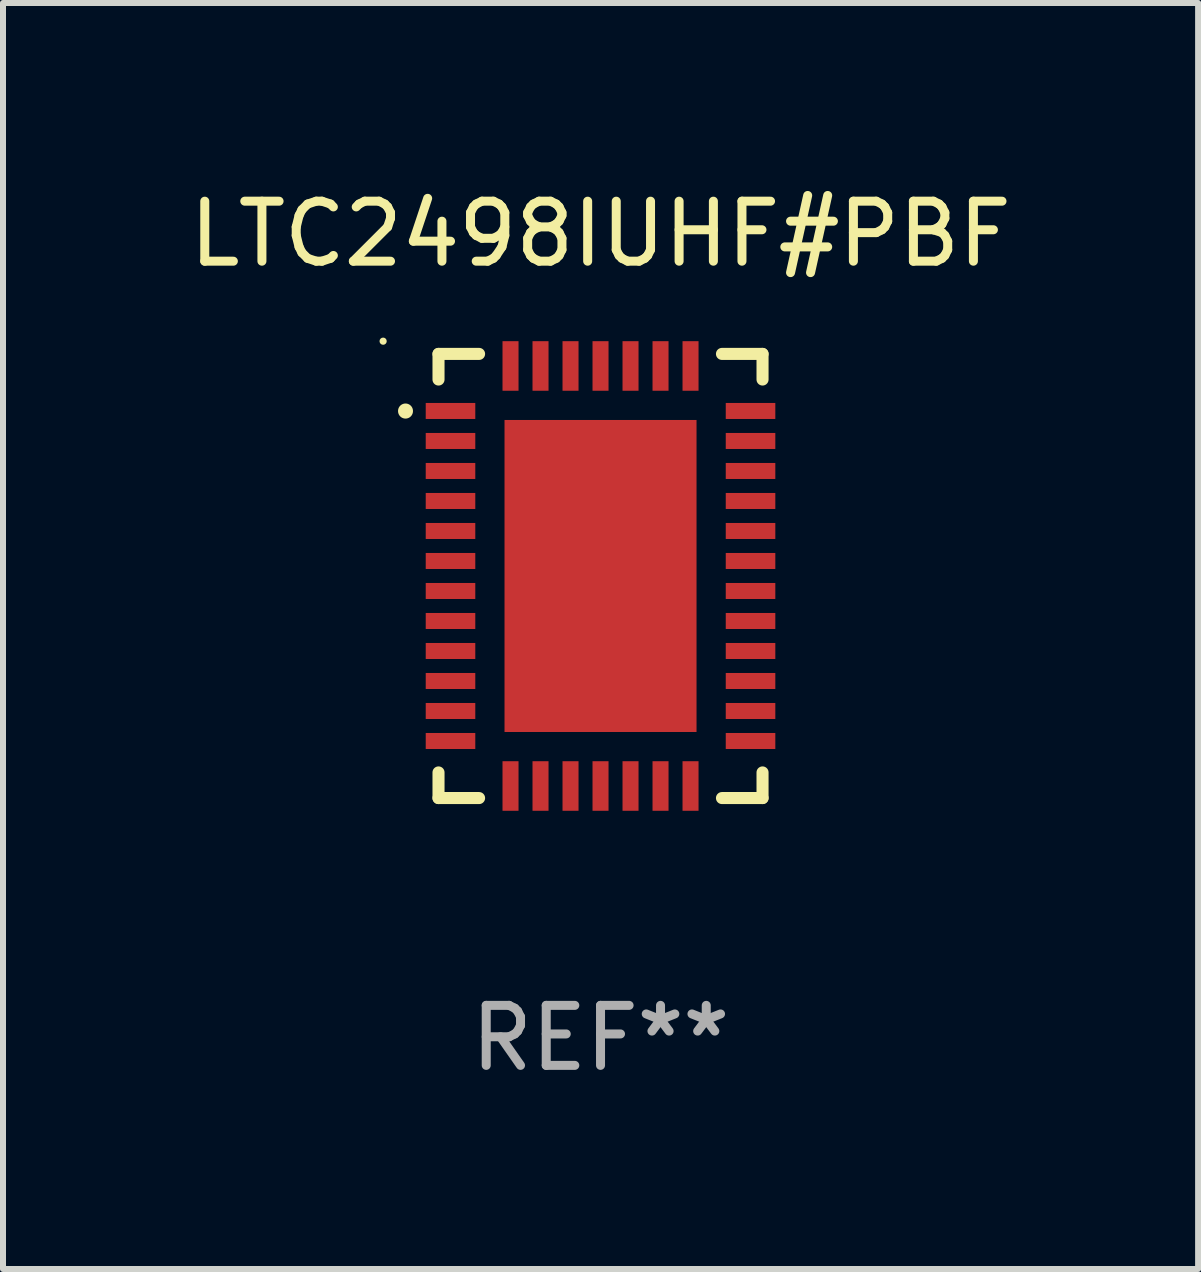
<source format=kicad_pcb>
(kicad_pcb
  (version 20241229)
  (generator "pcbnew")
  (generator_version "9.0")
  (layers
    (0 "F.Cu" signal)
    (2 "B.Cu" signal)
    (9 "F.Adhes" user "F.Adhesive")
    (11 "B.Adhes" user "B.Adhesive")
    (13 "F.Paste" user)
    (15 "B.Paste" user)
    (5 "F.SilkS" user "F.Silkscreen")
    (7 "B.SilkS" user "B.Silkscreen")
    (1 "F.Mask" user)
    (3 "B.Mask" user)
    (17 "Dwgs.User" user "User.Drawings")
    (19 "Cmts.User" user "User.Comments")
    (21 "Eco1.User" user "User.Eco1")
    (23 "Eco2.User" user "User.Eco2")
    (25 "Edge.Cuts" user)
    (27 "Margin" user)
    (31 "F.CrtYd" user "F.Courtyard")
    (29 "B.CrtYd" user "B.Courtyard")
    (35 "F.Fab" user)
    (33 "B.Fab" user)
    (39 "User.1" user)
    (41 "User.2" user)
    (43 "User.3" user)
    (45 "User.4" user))
  (footprint "LTC2498IUHF#PBF"
    (layer "F.Cu")
    (at 6.958 6.549)
    (property "Reference" "LTC2498IUHF#PBF" (at 0 -5.701 0) (layer "F.SilkS") (effects (font (size 1 1) (thickness 0.15))))
    (attr through_hole)
    (fp_line (start -2.7 -3.701) (end -2.024 -3.701) (stroke (width 0.201) (type solid)) (layer "F.SilkS"))
    (fp_line (start -2.7 -3.274) (end -2.7 -3.701) (stroke (width 0.201) (type solid)) (layer "F.SilkS"))
    (fp_line (start -2.7 3.274) (end -2.7 3.701) (stroke (width 0.201) (type solid)) (layer "F.SilkS"))
    (fp_line (start -2.7 3.701) (end -2.024 3.701) (stroke (width 0.201) (type solid)) (layer "F.SilkS"))
    (fp_line (start 2.024 -3.701) (end 2.7 -3.701) (stroke (width 0.201) (type solid)) (layer "F.SilkS"))
    (fp_line (start 2.024 3.701) (end 2.7 3.701) (stroke (width 0.201) (type solid)) (layer "F.SilkS"))
    (fp_line (start 2.7 -3.701) (end 2.7 -3.274) (stroke (width 0.201) (type solid)) (layer "F.SilkS"))
    (fp_line (start 2.7 3.701) (end 2.7 3.274) (stroke (width 0.201) (type solid)) (layer "F.SilkS"))
    (fp_arc (start -3.250013 -2.747473) (mid -3.250019 -2.748743) (end -3.250013 -2.750013) (stroke (width 0.24892) (type solid)) (layer "F.SilkS"))
    (fp_circle (center -3.623 -3.913) (end -3.593 -3.913) (stroke (width 0.06) (type solid)) (fill no) (layer "F.SilkS"))
    (fp_text user "REF**" (at 0 7.701 0) (layer "F.Fab") (effects (font (size 1 1) (thickness 0.15))))
    (pad "1" smd rect (at -2.5 -2.75 90) (size 0.267 0.826) (layers "F.Cu" "F.Mask" "F.Paste"))
    (pad "2" smd rect (at -2.5 -2.25 90) (size 0.267 0.826) (layers "F.Cu" "F.Mask" "F.Paste"))
    (pad "3" smd rect (at -2.5 -1.75 90) (size 0.267 0.826) (layers "F.Cu" "F.Mask" "F.Paste"))
    (pad "4" smd rect (at -2.5 -1.25 90) (size 0.267 0.826) (layers "F.Cu" "F.Mask" "F.Paste"))
    (pad "5" smd rect (at -2.5 -0.75 90) (size 0.267 0.826) (layers "F.Cu" "F.Mask" "F.Paste"))
    (pad "6" smd rect (at -2.5 -0.25 90) (size 0.267 0.826) (layers "F.Cu" "F.Mask" "F.Paste"))
    (pad "7" smd rect (at -2.5 0.25 90) (size 0.267 0.826) (layers "F.Cu" "F.Mask" "F.Paste"))
    (pad "8" smd rect (at -2.5 0.75 90) (size 0.267 0.826) (layers "F.Cu" "F.Mask" "F.Paste"))
    (pad "9" smd rect (at -2.5 1.25 90) (size 0.267 0.826) (layers "F.Cu" "F.Mask" "F.Paste"))
    (pad "10" smd rect (at -2.5 1.75 90) (size 0.267 0.826) (layers "F.Cu" "F.Mask" "F.Paste"))
    (pad "11" smd rect (at -2.5 2.25 90) (size 0.267 0.826) (layers "F.Cu" "F.Mask" "F.Paste"))
    (pad "12" smd rect (at -2.5 2.75 90) (size 0.267 0.826) (layers "F.Cu" "F.Mask" "F.Paste"))
    (pad "13" smd rect (at -1.5 3.5) (size 0.267 0.826) (layers "F.Cu" "F.Mask" "F.Paste"))
    (pad "14" smd rect (at -1 3.5) (size 0.267 0.826) (layers "F.Cu" "F.Mask" "F.Paste"))
    (pad "15" smd rect (at -0.5 3.5) (size 0.267 0.826) (layers "F.Cu" "F.Mask" "F.Paste"))
    (pad "16" smd rect (at 0 3.5) (size 0.267 0.826) (layers "F.Cu" "F.Mask" "F.Paste"))
    (pad "17" smd rect (at 0.5 3.5) (size 0.267 0.826) (layers "F.Cu" "F.Mask" "F.Paste"))
    (pad "18" smd rect (at 1 3.5) (size 0.267 0.826) (layers "F.Cu" "F.Mask" "F.Paste"))
    (pad "19" smd rect (at 1.5 3.5) (size 0.267 0.826) (layers "F.Cu" "F.Mask" "F.Paste"))
    (pad "20" smd rect (at 2.5 2.75 90) (size 0.267 0.826) (layers "F.Cu" "F.Mask" "F.Paste"))
    (pad "21" smd rect (at 2.5 2.25 90) (size 0.267 0.826) (layers "F.Cu" "F.Mask" "F.Paste"))
    (pad "22" smd rect (at 2.5 1.75 90) (size 0.267 0.826) (layers "F.Cu" "F.Mask" "F.Paste"))
    (pad "23" smd rect (at 2.5 1.25 90) (size 0.267 0.826) (layers "F.Cu" "F.Mask" "F.Paste"))
    (pad "24" smd rect (at 2.5 0.75 90) (size 0.267 0.826) (layers "F.Cu" "F.Mask" "F.Paste"))
    (pad "25" smd rect (at 2.5 0.25 90) (size 0.267 0.826) (layers "F.Cu" "F.Mask" "F.Paste"))
    (pad "26" smd rect (at 2.5 -0.25 90) (size 0.267 0.826) (layers "F.Cu" "F.Mask" "F.Paste"))
    (pad "27" smd rect (at 2.5 -0.75 90) (size 0.267 0.826) (layers "F.Cu" "F.Mask" "F.Paste"))
    (pad "28" smd rect (at 2.5 -1.25 90) (size 0.267 0.826) (layers "F.Cu" "F.Mask" "F.Paste"))
    (pad "29" smd rect (at 2.5 -1.75 90) (size 0.267 0.826) (layers "F.Cu" "F.Mask" "F.Paste"))
    (pad "30" smd rect (at 2.5 -2.25 90) (size 0.267 0.826) (layers "F.Cu" "F.Mask" "F.Paste"))
    (pad "31" smd rect (at 2.5 -2.75 90) (size 0.267 0.826) (layers "F.Cu" "F.Mask" "F.Paste"))
    (pad "32" smd rect (at 1.5 -3.5) (size 0.267 0.826) (layers "F.Cu" "F.Mask" "F.Paste"))
    (pad "33" smd rect (at 1 -3.5) (size 0.267 0.826) (layers "F.Cu" "F.Mask" "F.Paste"))
    (pad "34" smd rect (at 0.5 -3.5) (size 0.267 0.826) (layers "F.Cu" "F.Mask" "F.Paste"))
    (pad "35" smd rect (at 0 -3.5) (size 0.267 0.826) (layers "F.Cu" "F.Mask" "F.Paste"))
    (pad "36" smd rect (at -0.5 -3.5) (size 0.267 0.826) (layers "F.Cu" "F.Mask" "F.Paste"))
    (pad "37" smd rect (at -1 -3.5) (size 0.267 0.826) (layers "F.Cu" "F.Mask" "F.Paste"))
    (pad "38" smd rect (at -1.5 -3.5) (size 0.267 0.826) (layers "F.Cu" "F.Mask" "F.Paste"))
    (pad "39" smd rect (at 0 0) (size 3.2 5.2) (layers "F.Cu" "F.Mask" "F.Paste")))
  (gr_rect
    (start -3 -3)
    (end 16.917 18.098)
    (stroke (width 0.1) (type default))
    (fill no)
    (layer "Edge.Cuts")))
</source>
